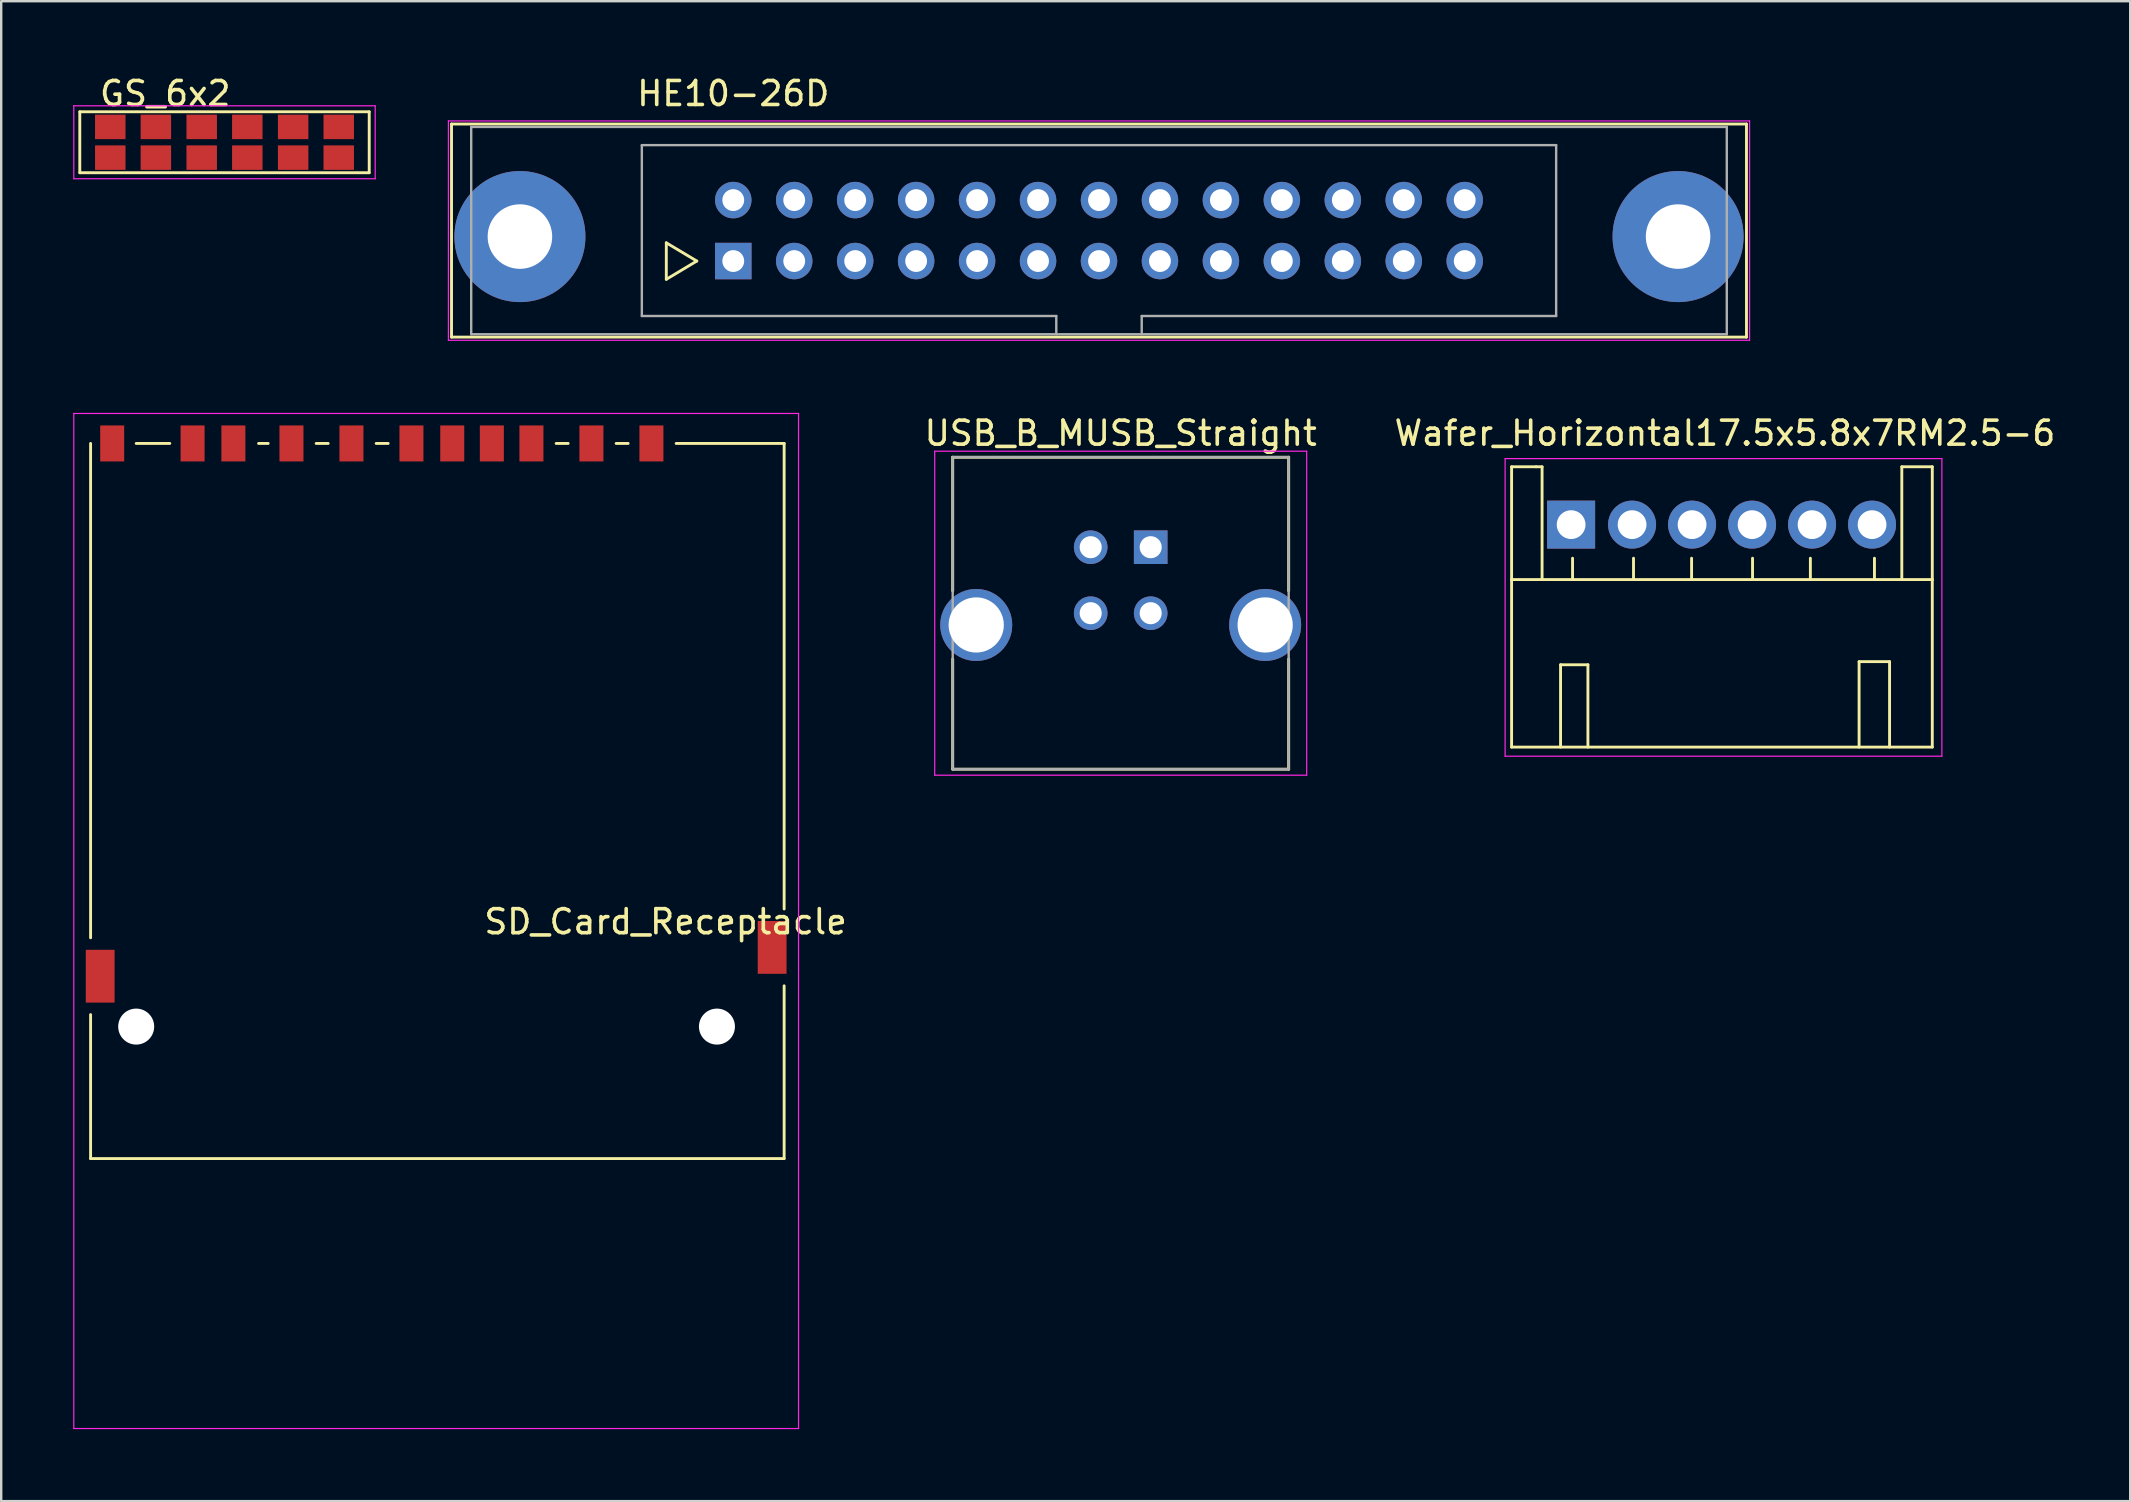
<source format=kicad_pcb>
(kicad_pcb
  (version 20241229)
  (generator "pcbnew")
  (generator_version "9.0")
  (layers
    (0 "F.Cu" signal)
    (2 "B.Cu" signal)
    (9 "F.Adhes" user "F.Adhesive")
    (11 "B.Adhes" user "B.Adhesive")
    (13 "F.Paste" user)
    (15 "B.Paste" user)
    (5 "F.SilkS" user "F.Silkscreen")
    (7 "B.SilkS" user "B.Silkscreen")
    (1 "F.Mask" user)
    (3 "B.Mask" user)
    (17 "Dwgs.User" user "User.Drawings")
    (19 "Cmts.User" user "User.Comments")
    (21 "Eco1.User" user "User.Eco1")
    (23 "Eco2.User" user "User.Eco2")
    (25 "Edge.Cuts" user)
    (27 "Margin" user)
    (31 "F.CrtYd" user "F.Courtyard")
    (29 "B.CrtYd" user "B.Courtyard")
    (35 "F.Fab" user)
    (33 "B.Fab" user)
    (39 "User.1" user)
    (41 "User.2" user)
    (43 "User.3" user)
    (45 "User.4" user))
  (footprint "Wafer_Horizontal17.5x5.8x7RM2.5-6"
    (layer "F.Cu")
    (at 62.418 18.811)
    (property "Reference" "Wafer_Horizontal17.5x5.8x7RM2.5-6" (at 6.41 -3.81 0) (layer "F.SilkS") (effects (font (size 1 1) (thickness 0.15))))
    (attr through_hole)
    (fp_line (start -2.48 -2.41) (end -1.46 -2.41) (stroke (width 0.12) (type solid)) (layer "F.SilkS"))
    (fp_line (start -2.48 2.29) (end -2.48 -2.41) (stroke (width 0.12) (type solid)) (layer "F.SilkS"))
    (fp_line (start -2.48 2.29) (end -2.48 9.27) (stroke (width 0.12) (type solid)) (layer "F.SilkS"))
    (fp_line (start -2.48 2.29) (end 15.05 2.29) (stroke (width 0.12) (type solid)) (layer "F.SilkS"))
    (fp_line (start -2.48 9.27) (end 15.05 9.27) (stroke (width 0.12) (type solid)) (layer "F.SilkS"))
    (fp_line (start -1.46 -2.41) (end -1.21 -2.41) (stroke (width 0.12) (type solid)) (layer "F.SilkS"))
    (fp_line (start -1.21 -2.41) (end -1.21 2.29) (stroke (width 0.12) (type solid)) (layer "F.SilkS"))
    (fp_line (start -0.44 5.84) (end -0.44 9.27) (stroke (width 0.12) (type solid)) (layer "F.SilkS"))
    (fp_line (start -0.44 5.84) (end 0.7 5.84) (stroke (width 0.12) (type solid)) (layer "F.SilkS"))
    (fp_line (start 0.06 2.29) (end 0.06 1.4) (stroke (width 0.12) (type solid)) (layer "F.SilkS"))
    (fp_line (start 0.7 5.84) (end 0.7 9.27) (stroke (width 0.12) (type solid)) (layer "F.SilkS"))
    (fp_line (start 2.6 2.29) (end 2.6 1.4) (stroke (width 0.12) (type solid)) (layer "F.SilkS"))
    (fp_line (start 5.02 2.29) (end 5.02 1.4) (stroke (width 0.12) (type solid)) (layer "F.SilkS"))
    (fp_line (start 7.56 2.29) (end 7.56 1.4) (stroke (width 0.12) (type solid)) (layer "F.SilkS"))
    (fp_line (start 9.97 2.29) (end 9.97 1.4) (stroke (width 0.12) (type solid)) (layer "F.SilkS"))
    (fp_line (start 12 5.71) (end 13.27 5.71) (stroke (width 0.12) (type solid)) (layer "F.SilkS"))
    (fp_line (start 12 9.27) (end 12 5.71) (stroke (width 0.12) (type solid)) (layer "F.SilkS"))
    (fp_line (start 12.64 2.29) (end 12.64 1.4) (stroke (width 0.12) (type solid)) (layer "F.SilkS"))
    (fp_line (start 13.27 5.71) (end 13.27 9.27) (stroke (width 0.12) (type solid)) (layer "F.SilkS"))
    (fp_line (start 13.78 -2.41) (end 13.78 2.29) (stroke (width 0.12) (type solid)) (layer "F.SilkS"))
    (fp_line (start 15.05 -2.41) (end 13.78 -2.41) (stroke (width 0.12) (type solid)) (layer "F.SilkS"))
    (fp_line (start 15.05 2.29) (end 15.05 -2.41) (stroke (width 0.12) (type solid)) (layer "F.SilkS"))
    (fp_line (start 15.05 2.29) (end 15.05 9.27) (stroke (width 0.12) (type solid)) (layer "F.SilkS"))
    (fp_line (start -2.75 -2.75) (end 15.45 -2.75) (stroke (width 0.05) (type solid)) (layer "F.CrtYd"))
    (fp_line (start -2.75 9.65) (end -2.75 -2.75) (stroke (width 0.05) (type solid)) (layer "F.CrtYd"))
    (fp_line (start 15.45 -2.75) (end 15.45 9.65) (stroke (width 0.05) (type solid)) (layer "F.CrtYd"))
    (fp_line (start 15.45 9.65) (end -2.75 9.65) (stroke (width 0.05) (type solid)) (layer "F.CrtYd"))
    (pad "1" thru_hole rect (at 0 0) (size 2 2) (drill 1.2) (layers "*.Cu" "*.Mask"))
    (pad "2" thru_hole circle (at 2.54 0) (size 2 2) (drill 1.2) (layers "*.Cu" "*.Mask"))
    (pad "3" thru_hole circle (at 5.04 0) (size 2 2) (drill 1.2) (layers "*.Cu" "*.Mask"))
    (pad "4" thru_hole circle (at 7.54 0) (size 2 2) (drill 1.2) (layers "*.Cu" "*.Mask"))
    (pad "5" thru_hole circle (at 10.04 0) (size 2 2) (drill 1.2) (layers "*.Cu" "*.Mask"))
    (pad "6" thru_hole circle (at 12.54 0) (size 2 2) (drill 1.2) (layers "*.Cu" "*.Mask")))
  (footprint "SD_Card_Receptacle"
    (layer "F.Cu")
    (at 15.125 27.578)
    (property "Reference" "SD_Card_Receptacle" (at 9.56 7.78 0) (layer "F.SilkS") (effects (font (size 1 1) (thickness 0.15))))
    (attr smd)
    (fp_line (start -14.4 8.45) (end -14.4 -12.15) (stroke (width 0.12) (type solid)) (layer "F.SilkS"))
    (fp_line (start -14.4 17.65) (end -14.4 11.65) (stroke (width 0.12) (type solid)) (layer "F.SilkS"))
    (fp_line (start -12.5 -12.15) (end -11.1 -12.15) (stroke (width 0.12) (type solid)) (layer "F.SilkS"))
    (fp_line (start -7.4 -12.15) (end -7 -12.15) (stroke (width 0.12) (type solid)) (layer "F.SilkS"))
    (fp_line (start -5 -12.15) (end -4.5 -12.15) (stroke (width 0.12) (type solid)) (layer "F.SilkS"))
    (fp_line (start -2.5 -12.15) (end -2 -12.15) (stroke (width 0.12) (type solid)) (layer "F.SilkS"))
    (fp_line (start 5 -12.15) (end 5.5 -12.15) (stroke (width 0.12) (type solid)) (layer "F.SilkS"))
    (fp_line (start 7.5 -12.15) (end 8 -12.15) (stroke (width 0.12) (type solid)) (layer "F.SilkS"))
    (fp_line (start 14.5 -12.15) (end 10 -12.15) (stroke (width 0.12) (type solid)) (layer "F.SilkS"))
    (fp_line (start 14.5 7.25) (end 14.5 -12.15) (stroke (width 0.12) (type solid)) (layer "F.SilkS"))
    (fp_line (start 14.5 17.65) (end -14.4 17.65) (stroke (width 0.12) (type solid)) (layer "F.SilkS"))
    (fp_line (start 14.5 17.65) (end 14.5 10.45) (stroke (width 0.12) (type solid)) (layer "F.SilkS"))
    (fp_line (start -15.1 -13.4) (end -15.1 28.9) (stroke (width 0.05) (type solid)) (layer "F.CrtYd"))
    (fp_line (start -15.1 28.9) (end 15.1 28.9) (stroke (width 0.05) (type solid)) (layer "F.CrtYd"))
    (fp_line (start 15.1 -13.4) (end -15.1 -13.4) (stroke (width 0.05) (type solid)) (layer "F.CrtYd"))
    (fp_line (start 15.1 28.9) (end 15.1 -13.4) (stroke (width 0.05) (type solid)) (layer "F.CrtYd"))
    (pad "" np_thru_hole circle (at -12.5 12.15) (size 1.5 1.5) (drill 1.5) (layers "*.Cu" "*.Mask"))
    (pad "" np_thru_hole circle (at 11.7 12.15) (size 1.5 1.5) (drill 1.5) (layers "*.Cu" "*.Mask"))
    (pad "1" smd rect (at 6.47 -12.15) (size 1 1.5) (layers "F.Cu" "F.Mask" "F.Paste"))
    (pad "2" smd rect (at 3.97 -12.15) (size 1 1.5) (layers "F.Cu" "F.Mask" "F.Paste"))
    (pad "3" smd rect (at 0.67 -12.15) (size 1 1.5) (layers "F.Cu" "F.Mask" "F.Paste"))
    (pad "4" smd rect (at -1.03 -12.15) (size 1 1.5) (layers "F.Cu" "F.Mask" "F.Paste"))
    (pad "5" smd rect (at -3.53 -12.15) (size 1 1.5) (layers "F.Cu" "F.Mask" "F.Paste"))
    (pad "6" smd rect (at -6.03 -12.15) (size 1 1.5) (layers "F.Cu" "F.Mask" "F.Paste"))
    (pad "7" smd rect (at -8.45 -12.15) (size 1 1.5) (layers "F.Cu" "F.Mask" "F.Paste"))
    (pad "8" smd rect (at -10.15 -12.15) (size 1 1.5) (layers "F.Cu" "F.Mask" "F.Paste"))
    (pad "9" smd rect (at 8.97 -12.15) (size 1 1.5) (layers "F.Cu" "F.Mask" "F.Paste"))
    (pad "10" smd rect (at 2.32 -12.15) (size 1 1.5) (layers "F.Cu" "F.Mask" "F.Paste"))
    (pad "11" smd rect (at -13.5 -12.15) (size 1 1.5) (layers "F.Cu" "F.Mask" "F.Paste"))
    (pad "12" smd rect (at 14 8.85) (size 1.2 2.2) (layers "F.Cu" "F.Mask" "F.Paste"))
    (pad "13" smd rect (at -14 10.05) (size 1.2 2.2) (layers "F.Cu" "F.Mask" "F.Paste")))
  (footprint "HE10-26D"
    (layer "F.Cu")
    (at 27.505 7.828)
    (property "Reference" "HE10-26D" (at 0 -6.98 0) (layer "F.SilkS") (effects (font (size 1 1) (thickness 0.15))))
    (attr through_hole)
    (fp_line (start -11.74 -5.71) (end -11.74 3.17) (stroke (width 0.12) (type solid)) (layer "F.SilkS"))
    (fp_line (start -11.74 -5.71) (end 42.22 -5.71) (stroke (width 0.12) (type solid)) (layer "F.SilkS"))
    (fp_line (start -2.79 -0.76) (end -2.79 0.76) (stroke (width 0.12) (type solid)) (layer "F.SilkS"))
    (fp_line (start -2.79 0.76) (end -1.52 0) (stroke (width 0.12) (type solid)) (layer "F.SilkS"))
    (fp_line (start -1.52 0) (end -2.79 -0.76) (stroke (width 0.12) (type solid)) (layer "F.SilkS"))
    (fp_line (start 42.22 3.17) (end -11.74 3.17) (stroke (width 0.12) (type solid)) (layer "F.SilkS"))
    (fp_line (start 42.22 3.17) (end 42.22 -5.71) (stroke (width 0.12) (type solid)) (layer "F.SilkS"))
    (fp_line (start -11.87 -5.84) (end -11.87 3.3) (stroke (width 0.05) (type solid)) (layer "F.CrtYd"))
    (fp_line (start -11.87 -5.84) (end 42.35 -5.84) (stroke (width 0.05) (type solid)) (layer "F.CrtYd"))
    (fp_line (start 42.35 3.3) (end -11.87 3.3) (stroke (width 0.05) (type solid)) (layer "F.CrtYd"))
    (fp_line (start 42.35 3.3) (end 42.35 -5.84) (stroke (width 0.05) (type solid)) (layer "F.CrtYd"))
    (fp_line (start -10.92 -5.59) (end -10.92 3.05) (stroke (width 0.1) (type solid)) (layer "F.Fab"))
    (fp_line (start -10.92 3.05) (end 41.4 3.05) (stroke (width 0.1) (type solid)) (layer "F.Fab"))
    (fp_line (start -3.81 -4.83) (end 34.29 -4.83) (stroke (width 0.1) (type solid)) (layer "F.Fab"))
    (fp_line (start -3.81 2.29) (end -3.81 -4.83) (stroke (width 0.1) (type solid)) (layer "F.Fab"))
    (fp_line (start 13.46 2.29) (end -3.81 2.29) (stroke (width 0.1) (type solid)) (layer "F.Fab"))
    (fp_line (start 13.46 3.05) (end 13.46 2.29) (stroke (width 0.1) (type solid)) (layer "F.Fab"))
    (fp_line (start 17.02 2.29) (end 17.02 3.05) (stroke (width 0.1) (type solid)) (layer "F.Fab"))
    (fp_line (start 34.29 -4.83) (end 34.29 2.29) (stroke (width 0.1) (type solid)) (layer "F.Fab"))
    (fp_line (start 34.29 2.29) (end 17.02 2.29) (stroke (width 0.1) (type solid)) (layer "F.Fab"))
    (fp_line (start 41.4 -5.59) (end -10.92 -5.59) (stroke (width 0.1) (type solid)) (layer "F.Fab"))
    (fp_line (start 41.4 3.05) (end 41.4 -5.59) (stroke (width 0.1) (type solid)) (layer "F.Fab"))
    (pad "" thru_hole circle (at -8.89 -1.02) (size 5.46 5.46) (drill 2.69) (layers "*.Cu" "*.Mask"))
    (pad "" thru_hole circle (at 39.37 -1.02) (size 5.46 5.46) (drill 2.69) (layers "*.Cu" "*.Mask"))
    (pad "1" thru_hole rect (at 0 0) (size 1.52 1.52) (drill 0.91) (layers "*.Cu" "*.Mask"))
    (pad "2" thru_hole circle (at 0 -2.54) (size 1.52 1.52) (drill 0.91) (layers "*.Cu" "*.Mask"))
    (pad "3" thru_hole circle (at 2.54 0) (size 1.52 1.52) (drill 0.91) (layers "*.Cu" "*.Mask"))
    (pad "4" thru_hole circle (at 2.54 -2.54) (size 1.52 1.52) (drill 0.91) (layers "*.Cu" "*.Mask"))
    (pad "5" thru_hole circle (at 5.08 0) (size 1.52 1.52) (drill 0.91) (layers "*.Cu" "*.Mask"))
    (pad "6" thru_hole circle (at 5.08 -2.54) (size 1.52 1.52) (drill 0.91) (layers "*.Cu" "*.Mask"))
    (pad "7" thru_hole circle (at 7.62 0) (size 1.52 1.52) (drill 0.91) (layers "*.Cu" "*.Mask"))
    (pad "8" thru_hole circle (at 7.62 -2.54) (size 1.52 1.52) (drill 0.91) (layers "*.Cu" "*.Mask"))
    (pad "9" thru_hole circle (at 10.16 0) (size 1.52 1.52) (drill 0.91) (layers "*.Cu" "*.Mask"))
    (pad "10" thru_hole circle (at 10.16 -2.54) (size 1.52 1.52) (drill 0.91) (layers "*.Cu" "*.Mask"))
    (pad "11" thru_hole circle (at 12.7 0) (size 1.52 1.52) (drill 0.91) (layers "*.Cu" "*.Mask"))
    (pad "12" thru_hole circle (at 12.7 -2.54) (size 1.52 1.52) (drill 0.91) (layers "*.Cu" "*.Mask"))
    (pad "13" thru_hole circle (at 15.24 0) (size 1.52 1.52) (drill 0.91) (layers "*.Cu" "*.Mask"))
    (pad "14" thru_hole circle (at 15.24 -2.54) (size 1.52 1.52) (drill 0.91) (layers "*.Cu" "*.Mask"))
    (pad "15" thru_hole circle (at 17.78 0) (size 1.52 1.52) (drill 0.91) (layers "*.Cu" "*.Mask"))
    (pad "16" thru_hole circle (at 17.78 -2.54) (size 1.52 1.52) (drill 0.91) (layers "*.Cu" "*.Mask"))
    (pad "17" thru_hole circle (at 20.32 0) (size 1.52 1.52) (drill 0.91) (layers "*.Cu" "*.Mask"))
    (pad "18" thru_hole circle (at 20.32 -2.54) (size 1.52 1.52) (drill 0.91) (layers "*.Cu" "*.Mask"))
    (pad "19" thru_hole circle (at 22.86 0) (size 1.52 1.52) (drill 0.91) (layers "*.Cu" "*.Mask"))
    (pad "20" thru_hole circle (at 22.86 -2.54) (size 1.52 1.52) (drill 0.91) (layers "*.Cu" "*.Mask"))
    (pad "21" thru_hole circle (at 25.4 0) (size 1.52 1.52) (drill 0.91) (layers "*.Cu" "*.Mask"))
    (pad "22" thru_hole circle (at 25.4 -2.54) (size 1.52 1.52) (drill 0.91) (layers "*.Cu" "*.Mask"))
    (pad "23" thru_hole circle (at 27.94 0) (size 1.52 1.52) (drill 0.91) (layers "*.Cu" "*.Mask"))
    (pad "24" thru_hole circle (at 27.94 -2.54) (size 1.52 1.52) (drill 0.91) (layers "*.Cu" "*.Mask"))
    (pad "25" thru_hole circle (at 30.48 0) (size 1.52 1.52) (drill 0.91) (layers "*.Cu" "*.Mask"))
    (pad "26" thru_hole circle (at 30.48 -2.54) (size 1.52 1.52) (drill 0.91) (layers "*.Cu" "*.Mask")))
  (footprint "GS_6x2"
    (layer "F.Cu")
    (at 6.305 2.878)
    (property "Reference" "GS_6x2" (at -2.47 -2.03 0) (layer "F.SilkS") (effects (font (size 1 1) (thickness 0.15))))
    (attr smd)
    (fp_line (start -6.03 -1.27) (end 6.03 -1.27) (stroke (width 0.12) (type solid)) (layer "F.SilkS"))
    (fp_line (start -6.03 1.27) (end -6.03 -1.27) (stroke (width 0.12) (type solid)) (layer "F.SilkS"))
    (fp_line (start 6.03 -1.27) (end 6.03 1.27) (stroke (width 0.12) (type solid)) (layer "F.SilkS"))
    (fp_line (start 6.03 1.27) (end -6.03 1.27) (stroke (width 0.12) (type solid)) (layer "F.SilkS"))
    (fp_line (start -6.28 -1.52) (end -6.28 1.52) (stroke (width 0.05) (type solid)) (layer "F.CrtYd"))
    (fp_line (start -6.28 -1.52) (end 6.28 -1.52) (stroke (width 0.05) (type solid)) (layer "F.CrtYd"))
    (fp_line (start 6.28 1.52) (end -6.28 1.52) (stroke (width 0.05) (type solid)) (layer "F.CrtYd"))
    (fp_line (start 6.28 1.52) (end 6.28 -1.52) (stroke (width 0.05) (type solid)) (layer "F.CrtYd"))
    (pad "1" smd rect (at -4.76 0.64) (size 1.27 1.02) (layers "F.Cu" "F.Mask" "F.Paste"))
    (pad "2" smd rect (at -4.76 -0.64) (size 1.27 1.02) (layers "F.Cu" "F.Mask" "F.Paste"))
    (pad "3" smd rect (at -2.86 0.64) (size 1.27 1.02) (layers "F.Cu" "F.Mask" "F.Paste"))
    (pad "4" smd rect (at -2.86 -0.64) (size 1.27 1.02) (layers "F.Cu" "F.Mask" "F.Paste"))
    (pad "5" smd rect (at -0.95 0.64) (size 1.27 1.02) (layers "F.Cu" "F.Mask" "F.Paste"))
    (pad "6" smd rect (at -0.95 -0.64) (size 1.27 1.02) (layers "F.Cu" "F.Mask" "F.Paste"))
    (pad "7" smd rect (at 0.95 0.64) (size 1.27 1.02) (layers "F.Cu" "F.Mask" "F.Paste"))
    (pad "8" smd rect (at 0.95 -0.64) (size 1.27 1.02) (layers "F.Cu" "F.Mask" "F.Paste"))
    (pad "9" smd rect (at 2.86 0.64) (size 1.27 1.02) (layers "F.Cu" "F.Mask" "F.Paste"))
    (pad "10" smd rect (at 2.86 -0.64) (size 1.27 1.02) (layers "F.Cu" "F.Mask" "F.Paste"))
    (pad "11" smd rect (at 4.76 0.64) (size 1.27 1.02) (layers "F.Cu" "F.Mask" "F.Paste"))
    (pad "12" smd rect (at 4.76 -0.64) (size 1.27 1.02) (layers "F.Cu" "F.Mask" "F.Paste")))
  (footprint "USB_B_MUSB_Straight"
    (layer "F.Cu")
    (at 44.899 19.752)
    (property "Reference" "USB_B_MUSB_Straight" (at -1.25 -4.75 0) (layer "F.SilkS") (effects (font (size 1 1) (thickness 0.15))))
    (attr through_hole)
    (fp_line (start -8.25 -3.75) (end -8.25 1.82) (stroke (width 0.12) (type solid)) (layer "F.SilkS"))
    (fp_line (start -8.25 -3.75) (end 5.75 -3.75) (stroke (width 0.12) (type solid)) (layer "F.SilkS"))
    (fp_line (start -8.25 4.66) (end -8.25 9.25) (stroke (width 0.12) (type solid)) (layer "F.SilkS"))
    (fp_line (start 5.75 -3.75) (end 5.75 1.82) (stroke (width 0.12) (type solid)) (layer "F.SilkS"))
    (fp_line (start 5.75 4.66) (end 5.75 9.25) (stroke (width 0.12) (type solid)) (layer "F.SilkS"))
    (fp_line (start 5.75 9.25) (end -8.25 9.25) (stroke (width 0.12) (type solid)) (layer "F.SilkS"))
    (fp_line (start -9 -4) (end 6.5 -4) (stroke (width 0.05) (type solid)) (layer "F.CrtYd"))
    (fp_line (start -9 9.5) (end -9 -4) (stroke (width 0.05) (type solid)) (layer "F.CrtYd"))
    (fp_line (start 6.5 -4) (end 6.5 9.5) (stroke (width 0.05) (type solid)) (layer "F.CrtYd"))
    (fp_line (start 6.5 9.5) (end -9 9.5) (stroke (width 0.05) (type solid)) (layer "F.CrtYd"))
    (fp_line (start -8.25 -3.75) (end 5.75 -3.75) (stroke (width 0.1) (type solid)) (layer "F.Fab"))
    (fp_line (start -8.25 9.25) (end -8.25 -3.75) (stroke (width 0.1) (type solid)) (layer "F.Fab"))
    (fp_line (start 5.75 -3.75) (end 5.75 9.25) (stroke (width 0.1) (type solid)) (layer "F.Fab"))
    (fp_line (start 5.75 9.25) (end -8.25 9.25) (stroke (width 0.1) (type solid)) (layer "F.Fab"))
    (pad "1" thru_hole rect (at 0 0) (size 1.4 1.4) (drill 0.92) (layers "*.Cu" "*.Mask"))
    (pad "2" thru_hole circle (at -2.5 0) (size 1.4 1.4) (drill 0.92) (layers "*.Cu" "*.Mask"))
    (pad "3" thru_hole circle (at -2.5 2.75) (size 1.4 1.4) (drill 0.92) (layers "*.Cu" "*.Mask"))
    (pad "4" thru_hole circle (at 0 2.75) (size 1.4 1.4) (drill 0.92) (layers "*.Cu" "*.Mask"))
    (pad "5" thru_hole circle (at -7.27 3.24) (size 3 3) (drill 2.3) (layers "*.Cu" "*.Mask"))
    (pad "5" thru_hole circle (at 4.77 3.24) (size 3 3) (drill 2.3) (layers "*.Cu" "*.Mask")))
  (gr_rect
    (start -3 -3)
    (end 85.715 59.503)
    (stroke (width 0.1) (type default))
    (fill no)
    (layer "Edge.Cuts")))
</source>
